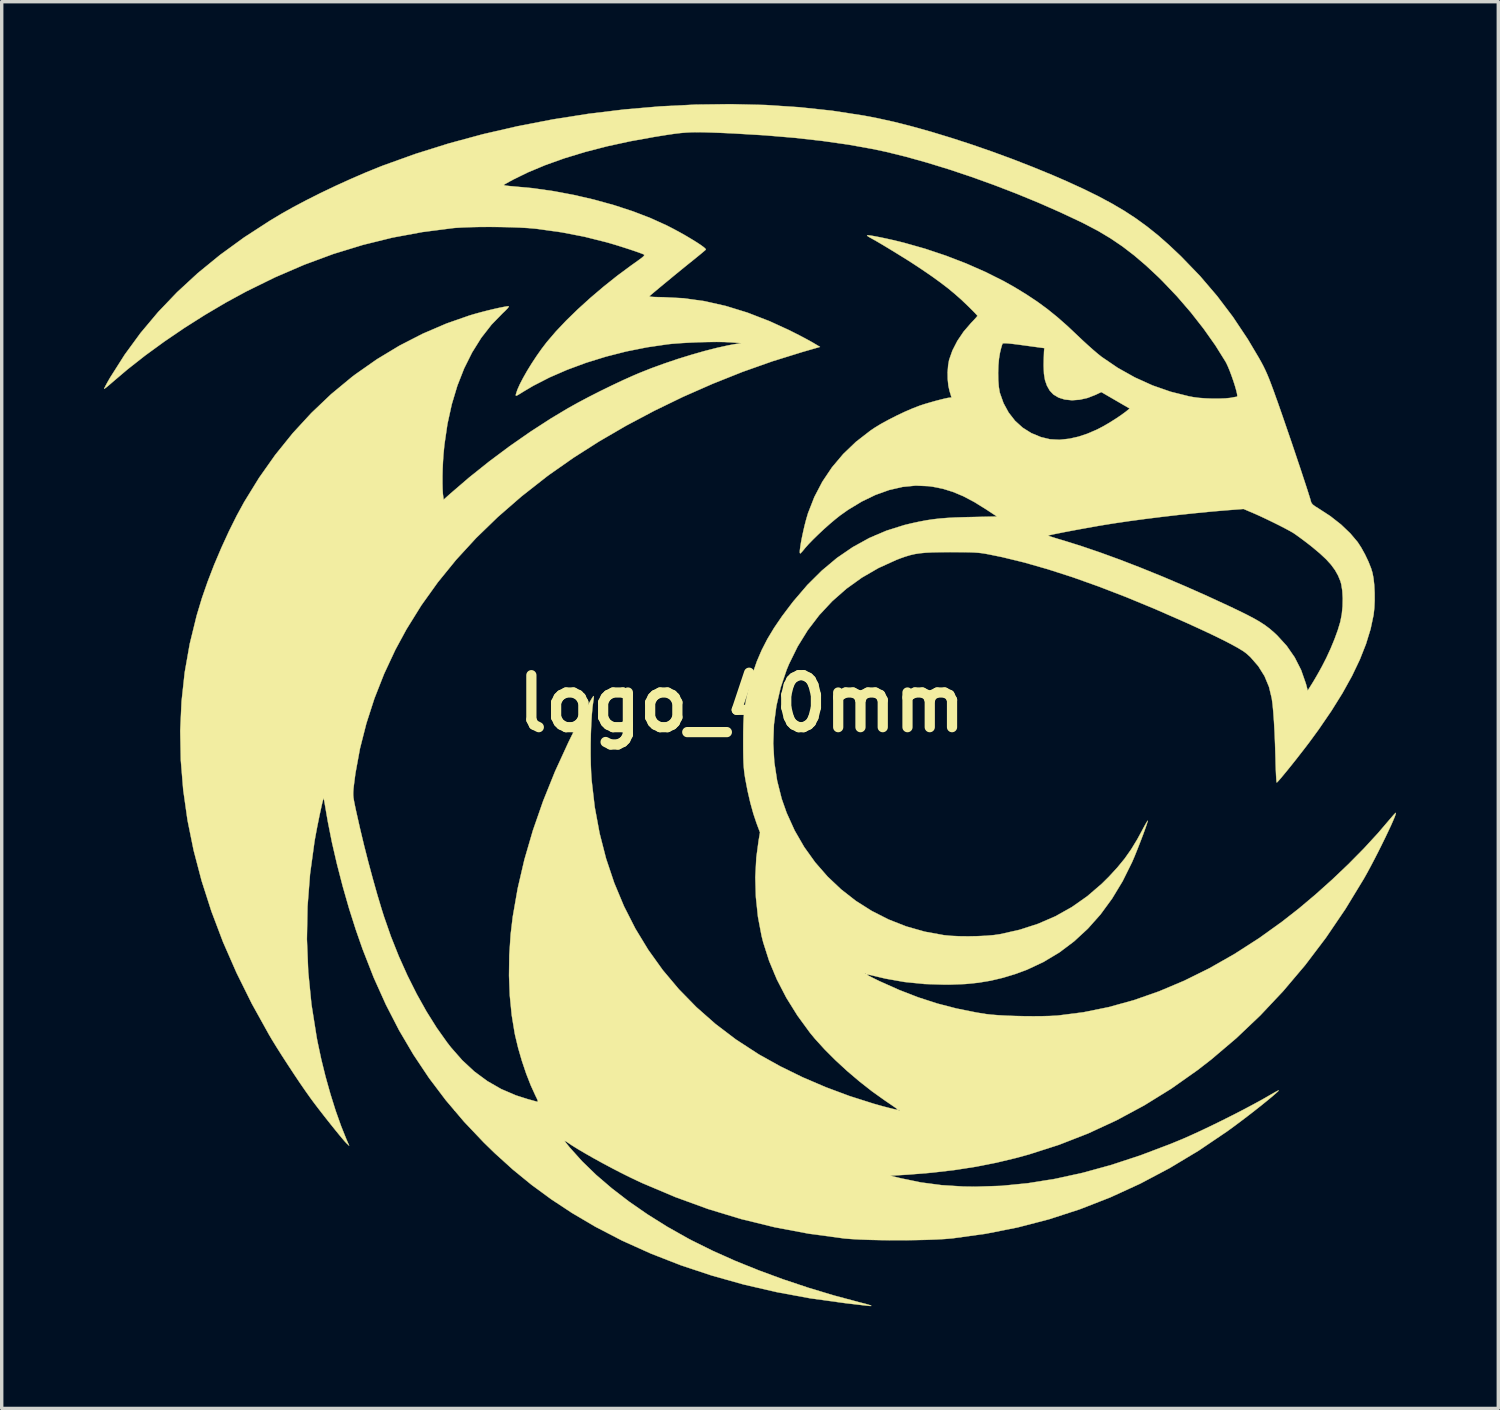
<source format=kicad_pcb>
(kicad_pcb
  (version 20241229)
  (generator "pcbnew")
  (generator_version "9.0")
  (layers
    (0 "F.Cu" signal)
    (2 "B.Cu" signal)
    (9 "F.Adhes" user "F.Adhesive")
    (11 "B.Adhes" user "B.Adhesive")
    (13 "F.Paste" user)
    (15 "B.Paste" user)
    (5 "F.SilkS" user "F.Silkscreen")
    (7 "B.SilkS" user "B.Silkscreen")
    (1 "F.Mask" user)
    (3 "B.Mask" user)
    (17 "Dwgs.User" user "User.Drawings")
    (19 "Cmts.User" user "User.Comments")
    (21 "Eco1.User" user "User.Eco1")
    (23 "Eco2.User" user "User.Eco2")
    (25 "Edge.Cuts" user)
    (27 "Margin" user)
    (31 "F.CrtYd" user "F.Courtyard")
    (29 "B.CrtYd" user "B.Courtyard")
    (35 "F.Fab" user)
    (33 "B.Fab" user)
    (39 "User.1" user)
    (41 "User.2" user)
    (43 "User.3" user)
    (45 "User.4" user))
  (footprint "logo_40mm"
    (layer "F.Cu")
    (at 18.703 17.587)
    (property "Reference" "logo_40mm" (at 0 0 0) (layer "F.SilkS") (effects (font (size 1.524 1.524) (thickness 0.3))))
    (attr through_hole)
    (fp_poly (pts (xy 0.692 -17.558) (xy 1.685 -17.493) (xy 2.651 -17.39) (xy 3.585 -17.246) (xy 3.976 -17.171) (xy 4.465 -17.063) (xy 4.994 -16.929) (xy 5.555 -16.772) (xy 6.14 -16.594) (xy 6.741 -16.399) (xy 7.349 -16.188) (xy 7.956 -15.965) (xy 8.553 -15.732) (xy 9.134 -15.493) (xy 9.539 -15.317) (xy 10.023 -15.095) (xy 10.459 -14.881) (xy 10.856 -14.668) (xy 11.222 -14.453) (xy 11.564 -14.229) (xy 11.891 -13.991) (xy 12.211 -13.735) (xy 12.53 -13.454) (xy 12.858 -13.144) (xy 12.893 -13.11) (xy 13.44 -12.544) (xy 13.941 -11.958) (xy 14.406 -11.344) (xy 14.84 -10.693) (xy 15.165 -10.146) (xy 15.237 -10.018) (xy 15.299 -9.901) (xy 15.355 -9.786) (xy 15.41 -9.664) (xy 15.467 -9.527) (xy 15.529 -9.365) (xy 15.602 -9.169) (xy 15.687 -8.93) (xy 15.707 -8.876) (xy 15.78 -8.669) (xy 15.86 -8.439) (xy 15.946 -8.189) (xy 16.036 -7.927) (xy 16.128 -7.659) (xy 16.219 -7.389) (xy 16.307 -7.126) (xy 16.392 -6.874) (xy 16.469 -6.639) (xy 16.539 -6.427) (xy 16.598 -6.245) (xy 16.644 -6.099) (xy 16.677 -5.994) (xy 16.692 -5.936) (xy 16.711 -5.885) (xy 16.749 -5.838) (xy 16.819 -5.786) (xy 16.914 -5.727) (xy 17.263 -5.5) (xy 17.578 -5.253) (xy 17.85 -4.993) (xy 18.063 -4.741) (xy 18.171 -4.575) (xy 18.28 -4.378) (xy 18.38 -4.168) (xy 18.46 -3.967) (xy 18.499 -3.838) (xy 18.53 -3.677) (xy 18.552 -3.476) (xy 18.563 -3.253) (xy 18.564 -3.024) (xy 18.554 -2.805) (xy 18.533 -2.612) (xy 18.533 -2.609) (xy 18.444 -2.188) (xy 18.309 -1.749) (xy 18.128 -1.291) (xy 17.899 -0.812) (xy 17.621 -0.311) (xy 17.295 0.212) (xy 16.92 0.76) (xy 16.642 1.14) (xy 16.518 1.302) (xy 16.388 1.47) (xy 16.257 1.638) (xy 16.128 1.8) (xy 16.007 1.95) (xy 15.899 2.081) (xy 15.809 2.189) (xy 15.741 2.267) (xy 15.7 2.309) (xy 15.691 2.314) (xy 15.685 2.287) (xy 15.679 2.211) (xy 15.672 2.094) (xy 15.665 1.942) (xy 15.659 1.764) (xy 15.655 1.587) (xy 15.643 1.202) (xy 15.629 0.847) (xy 15.611 0.527) (xy 15.591 0.248) (xy 15.569 0.015) (xy 15.546 -0.155) (xy 15.465 -0.492) (xy 15.333 -0.809) (xy 15.151 -1.1) (xy 14.923 -1.362) (xy 14.796 -1.477) (xy 14.697 -1.548) (xy 14.547 -1.639) (xy 14.348 -1.748) (xy 14.102 -1.874) (xy 13.81 -2.017) (xy 13.474 -2.175) (xy 13.096 -2.348) (xy 12.996 -2.393) (xy 12.117 -2.778) (xy 11.275 -3.126) (xy 10.471 -3.436) (xy 9.705 -3.709) (xy 8.977 -3.943) (xy 8.289 -4.14) (xy 7.641 -4.298) (xy 7.239 -4.38) (xy 7.131 -4.4) (xy 7.031 -4.415) (xy 6.929 -4.426) (xy 6.817 -4.434) (xy 6.684 -4.439) (xy 6.521 -4.442) (xy 6.32 -4.443) (xy 6.11 -4.444) (xy 5.829 -4.442) (xy 5.595 -4.437) (xy 5.398 -4.427) (xy 5.23 -4.411) (xy 5.079 -4.388) (xy 4.937 -4.355) (xy 4.795 -4.312) (xy 4.642 -4.258) (xy 4.53 -4.214) (xy 4.011 -3.978) (xy 3.524 -3.696) (xy 3.07 -3.37) (xy 2.653 -3.003) (xy 2.274 -2.596) (xy 1.936 -2.153) (xy 1.64 -1.674) (xy 1.388 -1.162) (xy 1.316 -0.988) (xy 1.141 -0.469) (xy 1.017 0.066) (xy 0.945 0.613) (xy 0.925 1.164) (xy 0.956 1.715) (xy 1.039 2.259) (xy 1.173 2.791) (xy 1.318 3.203) (xy 1.552 3.719) (xy 1.832 4.204) (xy 2.155 4.655) (xy 2.518 5.071) (xy 2.917 5.448) (xy 3.35 5.786) (xy 3.815 6.08) (xy 4.307 6.33) (xy 4.825 6.533) (xy 5.366 6.687) (xy 5.926 6.789) (xy 5.934 6.79) (xy 6.14 6.81) (xy 6.382 6.821) (xy 6.644 6.824) (xy 6.912 6.819) (xy 7.169 6.807) (xy 7.399 6.787) (xy 7.578 6.761) (xy 8.151 6.632) (xy 8.691 6.457) (xy 9.201 6.236) (xy 9.681 5.967) (xy 10.134 5.649) (xy 10.561 5.282) (xy 10.768 5.077) (xy 11.018 4.805) (xy 11.233 4.543) (xy 11.422 4.274) (xy 11.6 3.982) (xy 11.732 3.739) (xy 11.796 3.619) (xy 11.85 3.522) (xy 11.889 3.456) (xy 11.908 3.43) (xy 11.909 3.431) (xy 11.899 3.475) (xy 11.872 3.561) (xy 11.83 3.681) (xy 11.777 3.827) (xy 11.716 3.988) (xy 11.651 4.155) (xy 11.586 4.32) (xy 11.524 4.474) (xy 11.467 4.607) (xy 11.447 4.653) (xy 11.172 5.207) (xy 10.864 5.716) (xy 10.524 6.181) (xy 10.152 6.599) (xy 9.749 6.971) (xy 9.316 7.297) (xy 8.853 7.575) (xy 8.36 7.806) (xy 8.029 7.928) (xy 7.659 8.04) (xy 7.3 8.125) (xy 6.937 8.185) (xy 6.555 8.223) (xy 6.14 8.239) (xy 5.96 8.241) (xy 5.354 8.222) (xy 4.776 8.163) (xy 4.216 8.064) (xy 3.896 7.988) (xy 3.794 7.963) (xy 3.716 7.948) (xy 3.675 7.945) (xy 3.672 7.946) (xy 3.692 7.961) (xy 3.754 7.996) (xy 3.851 8.046) (xy 3.973 8.106) (xy 4.038 8.138) (xy 4.618 8.397) (xy 5.178 8.614) (xy 5.733 8.794) (xy 6.297 8.94) (xy 6.883 9.058) (xy 7.168 9.104) (xy 7.326 9.122) (xy 7.528 9.138) (xy 7.764 9.151) (xy 8.021 9.16) (xy 8.289 9.166) (xy 8.556 9.168) (xy 8.81 9.166) (xy 9.04 9.16) (xy 9.234 9.15) (xy 9.29 9.145) (xy 10.023 9.051) (xy 10.76 8.901) (xy 11.499 8.697) (xy 12.239 8.438) (xy 12.978 8.126) (xy 13.716 7.761) (xy 14.449 7.344) (xy 15.177 6.876) (xy 15.847 6.395) (xy 16.338 6.011) (xy 16.832 5.595) (xy 17.321 5.157) (xy 17.795 4.706) (xy 18.245 4.25) (xy 18.66 3.799) (xy 19.006 3.394) (xy 19.08 3.307) (xy 19.139 3.241) (xy 19.177 3.205) (xy 19.185 3.202) (xy 19.181 3.235) (xy 19.155 3.312) (xy 19.107 3.426) (xy 19.043 3.572) (xy 18.963 3.742) (xy 18.873 3.931) (xy 18.774 4.133) (xy 18.67 4.341) (xy 18.563 4.55) (xy 18.457 4.752) (xy 18.355 4.942) (xy 18.259 5.113) (xy 18.246 5.136) (xy 17.708 6.02) (xy 17.135 6.864) (xy 16.527 7.667) (xy 15.885 8.426) (xy 15.211 9.142) (xy 14.506 9.812) (xy 13.771 10.436) (xy 13.363 10.752) (xy 12.596 11.293) (xy 11.806 11.782) (xy 10.994 12.219) (xy 10.16 12.605) (xy 9.303 12.939) (xy 8.423 13.221) (xy 8.059 13.321) (xy 7.467 13.463) (xy 6.863 13.582) (xy 6.239 13.679) (xy 5.583 13.755) (xy 4.887 13.813) (xy 4.699 13.824) (xy 4.36 13.845) (xy 4.671 13.921) (xy 5.258 14.042) (xy 5.866 14.122) (xy 6.504 14.162) (xy 6.858 14.167) (xy 7.616 14.142) (xy 8.393 14.065) (xy 9.188 13.938) (xy 10.002 13.76) (xy 10.837 13.53) (xy 11.692 13.249) (xy 12.569 12.917) (xy 12.928 12.769) (xy 13.173 12.661) (xy 13.455 12.532) (xy 13.761 12.386) (xy 14.08 12.23) (xy 14.401 12.069) (xy 14.712 11.909) (xy 15 11.756) (xy 15.255 11.617) (xy 15.381 11.545) (xy 15.535 11.456) (xy 15.644 11.394) (xy 15.713 11.357) (xy 15.746 11.343) (xy 15.748 11.35) (xy 15.723 11.377) (xy 15.677 11.418) (xy 15.563 11.518) (xy 15.412 11.643) (xy 15.233 11.788) (xy 15.035 11.944) (xy 14.827 12.105) (xy 14.619 12.263) (xy 14.419 12.412) (xy 14.239 12.543) (xy 13.401 13.11) (xy 12.55 13.621) (xy 11.687 14.078) (xy 10.81 14.48) (xy 9.919 14.828) (xy 9.014 15.122) (xy 8.095 15.361) (xy 7.16 15.546) (xy 6.21 15.678) (xy 6.167 15.683) (xy 5.956 15.701) (xy 5.699 15.715) (xy 5.407 15.726) (xy 5.089 15.733) (xy 4.757 15.737) (xy 4.419 15.737) (xy 4.086 15.734) (xy 3.768 15.727) (xy 3.475 15.716) (xy 3.218 15.702) (xy 3.006 15.685) (xy 2.992 15.683) (xy 1.969 15.545) (xy 0.967 15.356) (xy -0.018 15.115) (xy -0.989 14.82) (xy -1.95 14.47) (xy -2.905 14.066) (xy -3.054 13.997) (xy -3.291 13.884) (xy -3.548 13.756) (xy -3.814 13.618) (xy -4.082 13.475) (xy -4.342 13.332) (xy -4.585 13.193) (xy -4.803 13.065) (xy -4.986 12.951) (xy -5.115 12.864) (xy -5.167 12.831) (xy -5.192 12.822) (xy -5.193 12.824) (xy -5.176 12.851) (xy -5.131 12.909) (xy -5.067 12.989) (xy -5.045 13.016) (xy -4.683 13.419) (xy -4.269 13.821) (xy -3.807 14.217) (xy -3.303 14.605) (xy -2.761 14.98) (xy -2.185 15.341) (xy -1.58 15.682) (xy -1.439 15.756) (xy -0.84 16.052) (xy -0.193 16.341) (xy 0.493 16.618) (xy 1.209 16.882) (xy 1.945 17.128) (xy 2.694 17.354) (xy 3.443 17.555) (xy 3.614 17.598) (xy 3.73 17.631) (xy 3.792 17.653) (xy 3.802 17.664) (xy 3.759 17.665) (xy 3.665 17.656) (xy 3.598 17.648) (xy 3.543 17.642) (xy 3.443 17.63) (xy 3.308 17.614) (xy 3.151 17.596) (xy 3.02 17.58) (xy 2.008 17.44) (xy 1.019 17.257) (xy 0.054 17.034) (xy -0.882 16.771) (xy -1.788 16.47) (xy -2.66 16.13) (xy -3.496 15.754) (xy -4.292 15.341) (xy -4.981 14.935) (xy -5.59 14.533) (xy -6.162 14.113) (xy -6.711 13.665) (xy -7.248 13.179) (xy -7.565 12.87) (xy -8.142 12.262) (xy -8.429 11.924) (xy 4.6 11.924) (xy 4.614 11.938) (xy 4.628 11.924) (xy 4.614 11.91) (xy 4.6 11.924) (xy -8.429 11.924) (xy -8.677 11.632) (xy -9.171 10.978) (xy -9.627 10.295) (xy -10.048 9.58) (xy -10.435 8.828) (xy -10.792 8.035) (xy -11.119 7.199) (xy -11.317 6.632) (xy -11.516 6.006) (xy -11.701 5.36) (xy -11.869 4.71) (xy -12.017 4.071) (xy -12.139 3.456) (xy -12.195 3.133) (xy -12.218 2.999) (xy -12.237 2.888) (xy -12.252 2.809) (xy -12.26 2.774) (xy -12.26 2.773) (xy -12.27 2.794) (xy -12.289 2.862) (xy -12.315 2.969) (xy -12.345 3.107) (xy -12.38 3.266) (xy -12.415 3.439) (xy -12.451 3.617) (xy -12.484 3.792) (xy -12.514 3.955) (xy -12.53 4.05) (xy -12.66 4.999) (xy -12.734 5.952) (xy -12.752 6.907) (xy -12.713 7.864) (xy -12.618 8.823) (xy -12.466 9.782) (xy -12.443 9.906) (xy -12.333 10.423) (xy -12.205 10.942) (xy -12.062 11.451) (xy -11.909 11.939) (xy -11.748 12.392) (xy -11.602 12.756) (xy -11.512 12.966) (xy -11.587 12.897) (xy -11.635 12.846) (xy -11.711 12.758) (xy -11.81 12.639) (xy -11.925 12.498) (xy -12.052 12.34) (xy -12.184 12.174) (xy -12.315 12.006) (xy -12.44 11.844) (xy -12.553 11.695) (xy -12.643 11.573) (xy -12.787 11.37) (xy -12.951 11.133) (xy -13.126 10.872) (xy -13.304 10.601) (xy -13.479 10.331) (xy -13.641 10.075) (xy -13.783 9.844) (xy -13.863 9.708) (xy -14.366 8.802) (xy -14.815 7.896) (xy -15.211 6.993) (xy -15.552 6.092) (xy -15.84 5.195) (xy -16.074 4.303) (xy -16.254 3.416) (xy -16.359 2.673) (xy -11.394 2.673) (xy -11.387 2.755) (xy -11.371 2.852) (xy -11.346 2.979) (xy -11.311 3.145) (xy -11.304 3.175) (xy -11.197 3.65) (xy -11.079 4.144) (xy -10.952 4.643) (xy -10.82 5.133) (xy -10.688 5.602) (xy -10.558 6.035) (xy -10.494 6.237) (xy -10.29 6.823) (xy -10.059 7.404) (xy -9.805 7.97) (xy -9.532 8.515) (xy -9.244 9.03) (xy -8.945 9.507) (xy -8.639 9.938) (xy -8.533 10.075) (xy -8.197 10.458) (xy -7.841 10.789) (xy -7.46 11.07) (xy -7.054 11.303) (xy -6.618 11.49) (xy -6.265 11.602) (xy -6.157 11.631) (xy -6.065 11.657) (xy -6.007 11.673) (xy -6.003 11.674) (xy -5.981 11.674) (xy -5.98 11.65) (xy -6.002 11.592) (xy -6.049 11.496) (xy -6.187 11.193) (xy -6.321 10.85) (xy -6.445 10.482) (xy -6.555 10.104) (xy -6.644 9.733) (xy -6.658 9.666) (xy -6.745 9.134) (xy -6.801 8.567) (xy -6.824 7.975) (xy -6.816 7.371) (xy -6.776 6.764) (xy -6.715 6.251) (xy -6.57 5.419) (xy -6.373 4.573) (xy -6.124 3.718) (xy -5.824 2.856) (xy -5.476 1.991) (xy -5.079 1.127) (xy -4.995 0.956) (xy -4.906 0.781) (xy -4.812 0.6) (xy -4.717 0.421) (xy -4.626 0.251) (xy -4.54 0.097) (xy -4.465 -0.035) (xy -4.405 -0.138) (xy -4.363 -0.203) (xy -4.343 -0.225) (xy -4.337 -0.201) (xy -4.342 -0.138) (xy -4.349 -0.092) (xy -4.375 0.095) (xy -4.396 0.326) (xy -4.412 0.592) (xy -4.424 0.881) (xy -4.43 1.182) (xy -4.431 1.484) (xy -4.426 1.776) (xy -4.415 2.047) (xy -4.402 2.244) (xy -4.31 3.036) (xy -4.168 3.802) (xy -3.978 4.543) (xy -3.739 5.256) (xy -3.453 5.941) (xy -3.12 6.596) (xy -2.74 7.221) (xy -2.315 7.814) (xy -1.844 8.374) (xy -1.329 8.901) (xy -0.771 9.393) (xy -0.169 9.85) (xy 0.475 10.269) (xy 0.522 10.298) (xy 1.134 10.638) (xy 1.787 10.958) (xy 2.469 11.25) (xy 3.167 11.51) (xy 3.869 11.733) (xy 4.135 11.808) (xy 4.308 11.853) (xy 4.432 11.884) (xy 4.513 11.902) (xy 4.556 11.906) (xy 4.567 11.899) (xy 4.556 11.886) (xy 4.525 11.862) (xy 4.455 11.813) (xy 4.356 11.745) (xy 4.238 11.665) (xy 4.183 11.627) (xy 3.82 11.368) (xy 3.453 11.08) (xy 3.093 10.774) (xy 2.749 10.457) (xy 2.432 10.14) (xy 2.15 9.83) (xy 2.003 9.652) (xy 1.634 9.147) (xy 1.309 8.625) (xy 1.032 8.09) (xy 0.959 7.916) (xy 3.612 7.916) (xy 3.627 7.93) (xy 3.641 7.916) (xy 3.627 7.902) (xy 3.612 7.916) (xy 0.959 7.916) (xy 0.805 7.547) (xy 0.631 7.001) (xy 0.584 6.816) (xy 0.477 6.254) (xy 0.416 5.675) (xy 0.399 5.092) (xy 0.429 4.516) (xy 0.496 4.015) (xy 0.537 3.778) (xy 0.436 3.509) (xy 0.343 3.231) (xy 0.254 2.91) (xy 0.173 2.56) (xy 0.107 2.215) (xy 0.087 2.092) (xy 0.072 1.978) (xy 0.061 1.862) (xy 0.053 1.733) (xy 0.048 1.583) (xy 0.045 1.399) (xy 0.044 1.173) (xy 0.044 1.101) (xy 0.045 0.826) (xy 0.05 0.596) (xy 0.059 0.399) (xy 0.074 0.222) (xy 0.096 0.055) (xy 0.127 -0.116) (xy 0.168 -0.301) (xy 0.219 -0.514) (xy 0.226 -0.539) (xy 0.328 -0.904) (xy 0.447 -1.246) (xy 0.588 -1.574) (xy 0.754 -1.897) (xy 0.951 -2.224) (xy 1.183 -2.564) (xy 1.456 -2.925) (xy 1.519 -3.006) (xy 1.926 -3.481) (xy 2.351 -3.903) (xy 2.793 -4.273) (xy 3.256 -4.59) (xy 3.738 -4.856) (xy 3.906 -4.928) (xy 8.983 -4.928) (xy 9.006 -4.918) (xy 9.075 -4.895) (xy 9.18 -4.862) (xy 9.314 -4.821) (xy 9.434 -4.786) (xy 9.952 -4.624) (xy 10.51 -4.434) (xy 11.1 -4.219) (xy 11.717 -3.98) (xy 12.353 -3.722) (xy 13.001 -3.446) (xy 13.654 -3.156) (xy 14.306 -2.855) (xy 14.565 -2.731) (xy 14.816 -2.608) (xy 15.023 -2.499) (xy 15.197 -2.399) (xy 15.347 -2.301) (xy 15.482 -2.2) (xy 15.612 -2.088) (xy 15.703 -2.003) (xy 15.985 -1.694) (xy 16.219 -1.356) (xy 16.407 -0.986) (xy 16.547 -0.585) (xy 16.567 -0.51) (xy 16.6 -0.384) (xy 16.715 -0.566) (xy 16.774 -0.662) (xy 16.85 -0.791) (xy 16.933 -0.937) (xy 17.014 -1.084) (xy 17.019 -1.093) (xy 17.149 -1.347) (xy 17.274 -1.619) (xy 17.387 -1.893) (xy 17.482 -2.154) (xy 17.552 -2.386) (xy 17.559 -2.413) (xy 17.6 -2.626) (xy 17.623 -2.857) (xy 17.628 -3.09) (xy 17.615 -3.31) (xy 17.585 -3.501) (xy 17.56 -3.59) (xy 17.491 -3.757) (xy 17.402 -3.916) (xy 17.288 -4.072) (xy 17.142 -4.233) (xy 16.959 -4.404) (xy 16.735 -4.592) (xy 16.609 -4.691) (xy 16.483 -4.787) (xy 16.361 -4.877) (xy 16.256 -4.953) (xy 16.18 -5.005) (xy 16.172 -5.01) (xy 16.076 -5.065) (xy 15.94 -5.138) (xy 15.776 -5.223) (xy 15.595 -5.313) (xy 15.409 -5.403) (xy 15.229 -5.488) (xy 15.068 -5.561) (xy 15 -5.59) (xy 14.718 -5.71) (xy 14.28 -5.676) (xy 13.825 -5.638) (xy 13.339 -5.591) (xy 12.836 -5.538) (xy 12.329 -5.479) (xy 11.832 -5.417) (xy 11.357 -5.353) (xy 10.916 -5.288) (xy 10.661 -5.247) (xy 10.48 -5.217) (xy 10.283 -5.182) (xy 10.076 -5.145) (xy 9.867 -5.107) (xy 9.664 -5.069) (xy 9.473 -5.033) (xy 9.304 -4.999) (xy 9.163 -4.971) (xy 9.058 -4.948) (xy 8.996 -4.933) (xy 8.983 -4.928) (xy 3.906 -4.928) (xy 4.243 -5.072) (xy 4.77 -5.238) (xy 4.981 -5.289) (xy 5.208 -5.338) (xy 5.414 -5.377) (xy 5.612 -5.407) (xy 5.813 -5.43) (xy 6.029 -5.447) (xy 6.272 -5.46) (xy 6.555 -5.469) (xy 6.699 -5.472) (xy 7.486 -5.489) (xy 7.155 -5.707) (xy 6.817 -5.916) (xy 6.503 -6.082) (xy 6.201 -6.209) (xy 5.903 -6.302) (xy 5.599 -6.363) (xy 5.479 -6.379) (xy 5.104 -6.395) (xy 4.718 -6.357) (xy 4.324 -6.266) (xy 3.925 -6.123) (xy 3.523 -5.929) (xy 3.121 -5.686) (xy 2.884 -5.518) (xy 2.743 -5.406) (xy 2.583 -5.271) (xy 2.414 -5.121) (xy 2.248 -4.965) (xy 2.093 -4.814) (xy 1.959 -4.676) (xy 1.857 -4.561) (xy 1.834 -4.532) (xy 1.777 -4.463) (xy 1.732 -4.416) (xy 1.714 -4.404) (xy 1.704 -4.429) (xy 1.706 -4.5) (xy 1.72 -4.607) (xy 1.742 -4.744) (xy 1.772 -4.899) (xy 1.808 -5.066) (xy 1.847 -5.234) (xy 1.889 -5.396) (xy 1.932 -5.542) (xy 1.945 -5.586) (xy 2.131 -6.061) (xy 2.366 -6.511) (xy 2.648 -6.931) (xy 2.977 -7.321) (xy 3.351 -7.679) (xy 3.769 -8.003) (xy 3.9 -8.092) (xy 4.082 -8.203) (xy 4.3 -8.322) (xy 4.538 -8.444) (xy 4.781 -8.559) (xy 5.012 -8.659) (xy 5.214 -8.737) (xy 5.235 -8.744) (xy 5.367 -8.787) (xy 5.517 -8.831) (xy 5.671 -8.875) (xy 5.82 -8.914) (xy 5.949 -8.946) (xy 6.048 -8.967) (xy 6.103 -8.974) (xy 6.145 -8.978) (xy 6.152 -8.982) (xy 6.144 -9.01) (xy 6.124 -9.078) (xy 6.096 -9.168) (xy 6.061 -9.327) (xy 6.042 -9.52) (xy 6.04 -9.7) (xy 7.521 -9.7) (xy 7.525 -9.487) (xy 7.54 -9.294) (xy 7.566 -9.137) (xy 7.571 -9.116) (xy 7.679 -8.812) (xy 7.829 -8.537) (xy 8.017 -8.296) (xy 8.24 -8.094) (xy 8.491 -7.936) (xy 8.5 -7.932) (xy 8.775 -7.818) (xy 9.042 -7.754) (xy 9.316 -7.739) (xy 9.609 -7.77) (xy 9.624 -7.773) (xy 9.879 -7.831) (xy 10.132 -7.915) (xy 10.403 -8.031) (xy 10.456 -8.057) (xy 10.607 -8.136) (xy 10.779 -8.236) (xy 10.957 -8.348) (xy 11.123 -8.459) (xy 11.261 -8.56) (xy 11.298 -8.59) (xy 11.378 -8.656) (xy 10.547 -9.138) (xy 10.376 -9.057) (xy 10.142 -8.966) (xy 9.91 -8.914) (xy 9.686 -8.898) (xy 9.478 -8.919) (xy 9.294 -8.976) (xy 9.141 -9.068) (xy 9.033 -9.183) (xy 8.952 -9.327) (xy 8.896 -9.487) (xy 8.865 -9.675) (xy 8.856 -9.902) (xy 8.856 -9.962) (xy 8.859 -10.099) (xy 8.863 -10.221) (xy 8.866 -10.313) (xy 8.869 -10.357) (xy 8.876 -10.427) (xy 8.273 -10.509) (xy 8.066 -10.537) (xy 7.908 -10.556) (xy 7.794 -10.567) (xy 7.717 -10.571) (xy 7.671 -10.568) (xy 7.65 -10.558) (xy 7.649 -10.556) (xy 7.633 -10.513) (xy 7.609 -10.431) (xy 7.583 -10.324) (xy 7.575 -10.291) (xy 7.546 -10.118) (xy 7.528 -9.915) (xy 7.521 -9.7) (xy 6.04 -9.7) (xy 6.04 -9.726) (xy 6.055 -9.923) (xy 6.083 -10.081) (xy 6.18 -10.357) (xy 6.324 -10.638) (xy 6.509 -10.912) (xy 6.73 -11.168) (xy 6.737 -11.175) (xy 6.815 -11.257) (xy 6.876 -11.324) (xy 6.91 -11.366) (xy 6.914 -11.374) (xy 6.895 -11.399) (xy 6.843 -11.455) (xy 6.764 -11.536) (xy 6.666 -11.633) (xy 6.625 -11.673) (xy 6.434 -11.855) (xy 6.242 -12.024) (xy 6.041 -12.19) (xy 5.822 -12.357) (xy 5.576 -12.535) (xy 5.294 -12.728) (xy 5.136 -12.833) (xy 4.997 -12.924) (xy 4.831 -13.03) (xy 4.648 -13.143) (xy 4.459 -13.26) (xy 4.271 -13.374) (xy 4.096 -13.479) (xy 3.942 -13.569) (xy 3.819 -13.638) (xy 3.758 -13.672) (xy 3.701 -13.706) (xy 3.677 -13.731) (xy 3.678 -13.735) (xy 3.713 -13.737) (xy 3.794 -13.727) (xy 3.913 -13.706) (xy 4.063 -13.677) (xy 4.234 -13.641) (xy 4.418 -13.6) (xy 4.608 -13.555) (xy 4.764 -13.516) (xy 5.379 -13.342) (xy 5.989 -13.138) (xy 6.584 -12.909) (xy 7.152 -12.659) (xy 7.683 -12.393) (xy 7.995 -12.218) (xy 8.346 -12.004) (xy 8.664 -11.793) (xy 8.962 -11.575) (xy 9.253 -11.34) (xy 9.551 -11.078) (xy 9.852 -10.794) (xy 10.002 -10.652) (xy 10.158 -10.509) (xy 10.309 -10.375) (xy 10.444 -10.26) (xy 10.551 -10.175) (xy 10.558 -10.169) (xy 11.03 -9.848) (xy 11.53 -9.568) (xy 12.049 -9.333) (xy 12.58 -9.148) (xy 13.116 -9.014) (xy 13.25 -8.989) (xy 13.409 -8.968) (xy 13.597 -8.954) (xy 13.799 -8.946) (xy 13.998 -8.946) (xy 14.179 -8.953) (xy 14.325 -8.967) (xy 14.362 -8.973) (xy 14.448 -8.99) (xy 14.509 -9) (xy 14.527 -9.003) (xy 14.536 -9.028) (xy 14.526 -9.095) (xy 14.502 -9.196) (xy 14.466 -9.322) (xy 14.421 -9.462) (xy 14.37 -9.608) (xy 14.317 -9.751) (xy 14.264 -9.88) (xy 14.214 -9.987) (xy 14.189 -10.033) (xy 13.891 -10.51) (xy 13.548 -10.995) (xy 13.171 -11.477) (xy 12.767 -11.945) (xy 12.345 -12.388) (xy 12.217 -12.515) (xy 11.856 -12.852) (xy 11.51 -13.147) (xy 11.169 -13.409) (xy 10.819 -13.646) (xy 10.451 -13.866) (xy 10.051 -14.076) (xy 9.947 -14.128) (xy 9.338 -14.414) (xy 8.704 -14.693) (xy 8.052 -14.961) (xy 7.392 -15.215) (xy 6.73 -15.453) (xy 6.075 -15.672) (xy 5.436 -15.868) (xy 4.821 -16.04) (xy 4.238 -16.184) (xy 3.836 -16.269) (xy 3.127 -16.396) (xy 2.367 -16.504) (xy 1.556 -16.595) (xy 0.691 -16.668) (xy -0.226 -16.723) (xy -0.62 -16.741) (xy -0.887 -16.751) (xy -1.11 -16.758) (xy -1.301 -16.76) (xy -1.472 -16.758) (xy -1.634 -16.749) (xy -1.798 -16.735) (xy -1.978 -16.713) (xy -2.183 -16.683) (xy -2.427 -16.644) (xy -2.568 -16.621) (xy -3.276 -16.493) (xy -3.952 -16.346) (xy -4.593 -16.18) (xy -5.195 -15.997) (xy -5.753 -15.798) (xy -6.264 -15.585) (xy -6.689 -15.377) (xy -6.801 -15.317) (xy -6.894 -15.265) (xy -6.958 -15.228) (xy -6.979 -15.213) (xy -6.963 -15.203) (xy -6.901 -15.191) (xy -6.803 -15.18) (xy -6.711 -15.172) (xy -6.124 -15.117) (xy -5.524 -15.032) (xy -4.922 -14.919) (xy -4.326 -14.781) (xy -3.747 -14.621) (xy -3.193 -14.44) (xy -2.675 -14.241) (xy -2.201 -14.026) (xy -2.17 -14.01) (xy -1.989 -13.917) (xy -1.808 -13.819) (xy -1.631 -13.719) (xy -1.467 -13.621) (xy -1.321 -13.531) (xy -1.2 -13.451) (xy -1.11 -13.385) (xy -1.06 -13.339) (xy -1.051 -13.319) (xy -1.074 -13.296) (xy -1.135 -13.244) (xy -1.225 -13.169) (xy -1.337 -13.078) (xy -1.439 -12.995) (xy -1.554 -12.903) (xy -1.69 -12.793) (xy -1.841 -12.67) (xy -1.999 -12.541) (xy -2.157 -12.41) (xy -2.308 -12.286) (xy -2.445 -12.172) (xy -2.56 -12.076) (xy -2.647 -12.002) (xy -2.698 -11.958) (xy -2.701 -11.955) (xy -2.699 -11.943) (xy -2.659 -11.933) (xy -2.575 -11.927) (xy -2.443 -11.923) (xy -2.306 -11.921) (xy -1.704 -11.89) (xy -1.09 -11.804) (xy -0.465 -11.663) (xy 0.171 -11.467) (xy 0.819 -11.216) (xy 1.369 -10.964) (xy 1.539 -10.879) (xy 1.71 -10.792) (xy 1.868 -10.709) (xy 1.998 -10.638) (xy 2.073 -10.596) (xy 2.297 -10.463) (xy 1.776 -10.313) (xy 0.903 -10.042) (xy 0.024 -9.731) (xy -0.851 -9.382) (xy -1.717 -9.001) (xy -2.566 -8.589) (xy -3.39 -8.152) (xy -4.181 -7.692) (xy -4.933 -7.213) (xy -5.638 -6.719) (xy -5.715 -6.662) (xy -6.459 -6.078) (xy -7.15 -5.477) (xy -7.789 -4.858) (xy -8.376 -4.219) (xy -8.911 -3.561) (xy -9.397 -2.882) (xy -9.832 -2.181) (xy -10.158 -1.58) (xy -10.488 -0.874) (xy -10.772 -0.153) (xy -11.008 0.579) (xy -11.195 1.313) (xy -11.329 2.043) (xy -11.375 2.399) (xy -11.387 2.507) (xy -11.393 2.595) (xy -11.394 2.673) (xy -16.359 2.673) (xy -16.379 2.535) (xy -16.45 1.66) (xy -16.467 0.793) (xy -16.428 -0.066) (xy -16.336 -0.915) (xy -16.188 -1.755) (xy -15.985 -2.584) (xy -15.828 -3.104) (xy -15.663 -3.578) (xy -15.473 -4.071) (xy -15.262 -4.568) (xy -15.039 -5.054) (xy -14.81 -5.514) (xy -14.592 -5.914) (xy -14.156 -6.622) (xy -13.681 -7.295) (xy -13.169 -7.93) (xy -12.622 -8.524) (xy -12.043 -9.075) (xy -11.434 -9.579) (xy -11.331 -9.657) (xy -10.699 -10.1) (xy -10.038 -10.499) (xy -9.356 -10.849) (xy -8.657 -11.149) (xy -7.981 -11.385) (xy -7.824 -11.431) (xy -7.65 -11.479) (xy -7.468 -11.526) (xy -7.29 -11.569) (xy -7.126 -11.606) (xy -6.987 -11.634) (xy -6.884 -11.652) (xy -6.836 -11.656) (xy -6.832 -11.639) (xy -6.87 -11.59) (xy -6.945 -11.513) (xy -7.006 -11.456) (xy -7.338 -11.115) (xy -7.639 -10.729) (xy -7.907 -10.3) (xy -8.141 -9.831) (xy -8.34 -9.324) (xy -8.503 -8.781) (xy -8.63 -8.205) (xy -8.719 -7.597) (xy -8.748 -7.298) (xy -8.761 -7.096) (xy -8.771 -6.881) (xy -8.776 -6.667) (xy -8.776 -6.465) (xy -8.772 -6.29) (xy -8.764 -6.153) (xy -8.759 -6.114) (xy -8.741 -5.984) (xy -8.544 -6.16) (xy -7.995 -6.632) (xy -7.412 -7.098) (xy -6.808 -7.549) (xy -6.196 -7.975) (xy -5.587 -8.369) (xy -5.094 -8.664) (xy -4.812 -8.821) (xy -4.494 -8.99) (xy -4.156 -9.162) (xy -3.812 -9.33) (xy -3.477 -9.488) (xy -3.166 -9.627) (xy -3.006 -9.695) (xy -2.649 -9.837) (xy -2.269 -9.975) (xy -1.876 -10.108) (xy -1.481 -10.23) (xy -1.097 -10.34) (xy -0.734 -10.433) (xy -0.404 -10.506) (xy -0.24 -10.537) (xy -0.014 -10.575) (xy -0.325 -10.597) (xy -0.509 -10.606) (xy -0.735 -10.609) (xy -0.991 -10.606) (xy -1.262 -10.6) (xy -1.535 -10.588) (xy -1.795 -10.573) (xy -2.03 -10.555) (xy -2.173 -10.54) (xy -2.78 -10.451) (xy -3.386 -10.33) (xy -3.982 -10.178) (xy -4.561 -9.999) (xy -5.115 -9.794) (xy -5.636 -9.568) (xy -6.115 -9.322) (xy -6.395 -9.156) (xy -6.504 -9.088) (xy -6.574 -9.047) (xy -6.612 -9.031) (xy -6.626 -9.038) (xy -6.624 -9.063) (xy -6.62 -9.08) (xy -6.579 -9.206) (xy -6.507 -9.368) (xy -6.409 -9.556) (xy -6.292 -9.762) (xy -6.159 -9.978) (xy -6.016 -10.195) (xy -5.868 -10.405) (xy -5.72 -10.599) (xy -5.71 -10.611) (xy -5.45 -10.915) (xy -5.147 -11.235) (xy -4.807 -11.566) (xy -4.44 -11.899) (xy -4.053 -12.228) (xy -3.653 -12.547) (xy -3.248 -12.847) (xy -3.138 -12.925) (xy -3.011 -13.016) (xy -2.925 -13.08) (xy -2.875 -13.124) (xy -2.857 -13.152) (xy -2.863 -13.17) (xy -2.87 -13.174) (xy -2.93 -13.199) (xy -3.033 -13.237) (xy -3.169 -13.284) (xy -3.328 -13.337) (xy -3.499 -13.392) (xy -3.671 -13.446) (xy -3.835 -13.495) (xy -3.96 -13.531) (xy -4.614 -13.695) (xy -5.282 -13.824) (xy -5.981 -13.922) (xy -6.068 -13.932) (xy -6.266 -13.949) (xy -6.508 -13.963) (xy -6.781 -13.973) (xy -7.073 -13.979) (xy -7.372 -13.982) (xy -7.667 -13.981) (xy -7.945 -13.975) (xy -8.195 -13.966) (xy -8.405 -13.953) (xy -8.467 -13.947) (xy -9.361 -13.832) (xy -10.241 -13.669) (xy -11.109 -13.455) (xy -11.971 -13.191) (xy -12.828 -12.874) (xy -13.687 -12.504) (xy -14.528 -12.091) (xy -15.135 -11.761) (xy -15.744 -11.401) (xy -16.347 -11.019) (xy -16.932 -10.621) (xy -17.491 -10.214) (xy -18.013 -9.804) (xy -18.452 -9.431) (xy -18.547 -9.349) (xy -18.625 -9.284) (xy -18.679 -9.244) (xy -18.698 -9.234) (xy -18.689 -9.261) (xy -18.655 -9.327) (xy -18.603 -9.423) (xy -18.536 -9.54) (xy -18.519 -9.569) (xy -18.096 -10.235) (xy -17.63 -10.872) (xy -17.117 -11.483) (xy -16.559 -12.067) (xy -15.953 -12.626) (xy -15.298 -13.161) (xy -14.593 -13.674) (xy -13.837 -14.164) (xy -13.504 -14.364) (xy -13.156 -14.56) (xy -12.766 -14.766) (xy -12.347 -14.977) (xy -11.909 -15.186) (xy -11.466 -15.387) (xy -11.03 -15.576) (xy -10.613 -15.745) (xy -10.513 -15.784) (xy -9.566 -16.124) (xy -8.59 -16.43) (xy -7.589 -16.701) (xy -6.568 -16.936) (xy -5.533 -17.136) (xy -4.489 -17.3) (xy -3.441 -17.427) (xy -2.394 -17.517) (xy -1.352 -17.569) (xy -0.322 -17.582) (xy 0.692 -17.558)) (stroke (width 0.01) (type solid)) (fill yes) (layer "F.SilkS")))
  (gr_rect
    (start -3 -3)
    (end 40.893 38.257)
    (stroke (width 0.1) (type default))
    (fill no)
    (layer "Edge.Cuts")))
</source>
